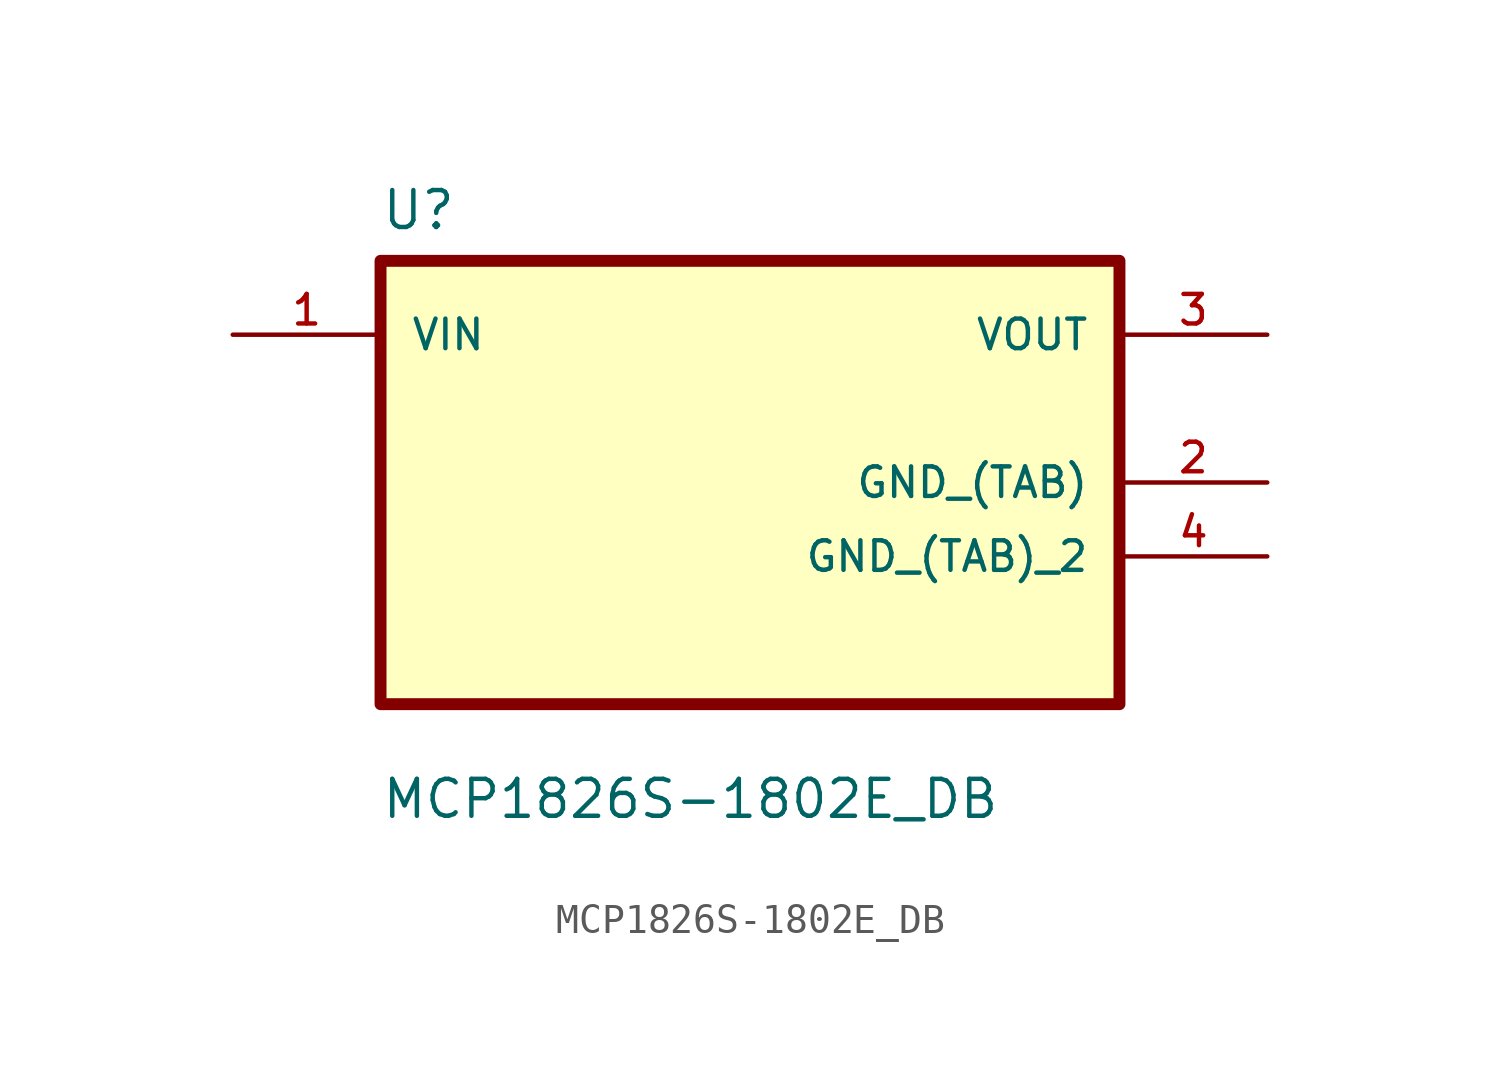
<source format=kicad_sym>
(kicad_symbol_lib
  (version 20211014)
  (generator kicad_symbol_editor)
  (symbol "MCP1826S-1802E_DB"
    (pin_names
      (offset 1.016))
    (property "Reference" "U"
      (at -12.7 8.62 0.0)
      (effects (font (size 1.27 1.27)) (justify bottom left)))
    (property "Value" "MCP1826S-1802E_DB"
      (at -12.7 -11.62 0.0)
      (effects (font (size 1.27 1.27)) (justify bottom left)))
    (symbol "MCP1826S-1802E_DB_0_0"
      (rectangle (start -12.7 -7.62) (end 12.7 7.62) (stroke (width 0.41)) (fill (type background)))
      (pin input line (at -17.78 5.08 0) (length 5.08) (name "VIN" (effects (font (size 1.016 1.016)))) (number "1" (effects (font (size 1.016 1.016)))))
      (pin output line (at 17.78 5.08 180.0) (length 5.08) (name "VOUT" (effects (font (size 1.016 1.016)))) (number "3" (effects (font (size 1.016 1.016)))))
      (pin power_in line (at 17.78 0.0 180.0) (length 5.08) (name "GND_(TAB)" (effects (font (size 1.016 1.016)))) (number "2" (effects (font (size 1.016 1.016)))))
      (pin power_in line (at 17.78 -2.54 180.0) (length 5.08) (name "GND_(TAB)_2" (effects (font (size 1.016 1.016)))) (number "4" (effects (font (size 1.016 1.016))))))))
</source>
